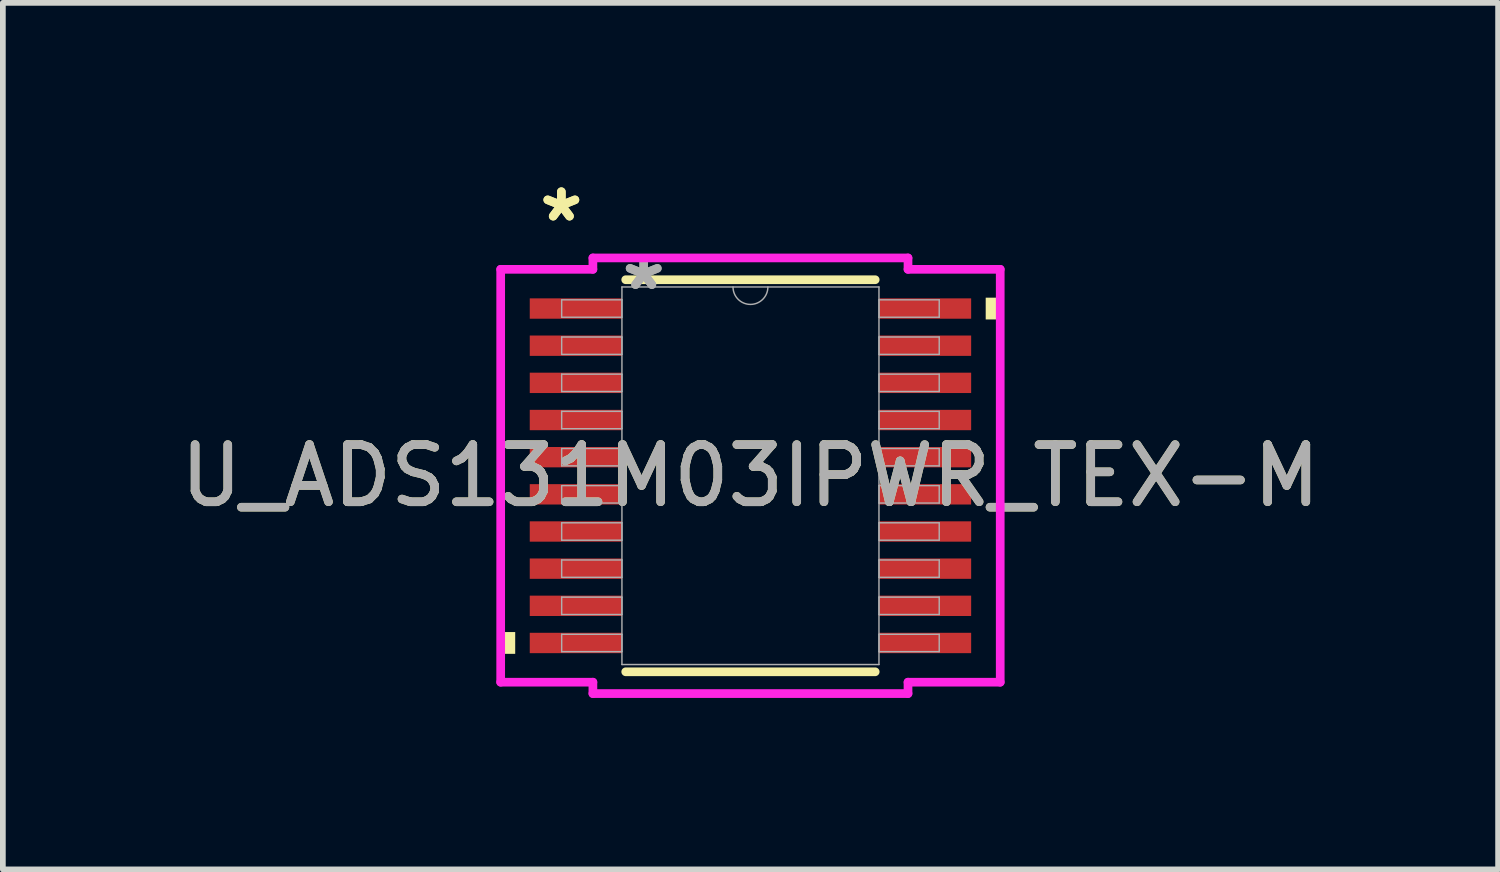
<source format=kicad_pcb>
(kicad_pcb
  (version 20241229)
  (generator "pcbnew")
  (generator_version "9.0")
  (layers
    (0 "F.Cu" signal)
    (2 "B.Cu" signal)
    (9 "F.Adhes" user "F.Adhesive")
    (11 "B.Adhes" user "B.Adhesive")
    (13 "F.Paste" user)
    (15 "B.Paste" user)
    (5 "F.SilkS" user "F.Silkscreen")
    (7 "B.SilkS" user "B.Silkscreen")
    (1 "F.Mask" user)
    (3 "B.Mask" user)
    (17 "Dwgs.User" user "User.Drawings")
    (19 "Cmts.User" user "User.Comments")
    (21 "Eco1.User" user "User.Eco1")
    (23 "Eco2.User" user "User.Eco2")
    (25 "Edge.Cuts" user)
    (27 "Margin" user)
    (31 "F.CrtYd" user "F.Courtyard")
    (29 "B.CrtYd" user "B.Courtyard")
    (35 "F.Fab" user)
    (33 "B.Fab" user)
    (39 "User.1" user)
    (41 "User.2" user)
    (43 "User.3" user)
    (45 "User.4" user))
  (footprint "U_ADS131M03IPWR_TEX-M"
    (layer "F.Cu")
    (at 10.077 5.272)
    (property "Reference" "U_ADS131M03IPWR_TEX-M" (at 0 0 0) (unlocked yes) (layer "F.SilkS") (effects (font (size 1 1) (thickness 0.15))))
    (attr smd)
    (fp_line (start -2.182 3.429) (end 2.182 3.429) (stroke (width 0.152) (type solid)) (layer "F.SilkS"))
    (fp_line (start 2.182 -3.429) (end -2.182 -3.429) (stroke (width 0.152) (type solid)) (layer "F.SilkS"))
    (fp_poly (pts (xy -4.369 2.734) (xy -4.369 3.115) (xy -4.115 3.115) (xy -4.115 2.734)) (stroke (width 0) (type solid)) (fill yes) (layer "F.SilkS"))
    (fp_poly (pts (xy 4.369 -3.115) (xy 4.369 -2.734) (xy 4.115 -2.734) (xy 4.115 -3.115)) (stroke (width 0) (type solid)) (fill yes) (layer "F.SilkS"))
    (fp_line (start -4.369 -3.611) (end -2.756 -3.611) (stroke (width 0.152) (type solid)) (layer "F.CrtYd"))
    (fp_line (start -4.369 3.611) (end -4.369 -3.611) (stroke (width 0.152) (type solid)) (layer "F.CrtYd"))
    (fp_line (start -4.369 3.611) (end -2.756 3.611) (stroke (width 0.152) (type solid)) (layer "F.CrtYd"))
    (fp_line (start -2.756 -3.81) (end 2.756 -3.81) (stroke (width 0.152) (type solid)) (layer "F.CrtYd"))
    (fp_line (start -2.756 -3.611) (end -2.756 -3.81) (stroke (width 0.152) (type solid)) (layer "F.CrtYd"))
    (fp_line (start -2.756 3.81) (end -2.756 3.611) (stroke (width 0.152) (type solid)) (layer "F.CrtYd"))
    (fp_line (start 2.756 -3.81) (end 2.756 -3.611) (stroke (width 0.152) (type solid)) (layer "F.CrtYd"))
    (fp_line (start 2.756 3.611) (end 2.756 3.81) (stroke (width 0.152) (type solid)) (layer "F.CrtYd"))
    (fp_line (start 2.756 3.81) (end -2.756 3.81) (stroke (width 0.152) (type solid)) (layer "F.CrtYd"))
    (fp_line (start 4.369 -3.611) (end 2.756 -3.611) (stroke (width 0.152) (type solid)) (layer "F.CrtYd"))
    (fp_line (start 4.369 -3.611) (end 4.369 3.611) (stroke (width 0.152) (type solid)) (layer "F.CrtYd"))
    (fp_line (start 4.369 3.611) (end 2.756 3.611) (stroke (width 0.152) (type solid)) (layer "F.CrtYd"))
    (fp_line (start -3.302 -3.077) (end -3.302 -2.773) (stroke (width 0.025) (type solid)) (layer "F.Fab"))
    (fp_line (start -3.302 -2.773) (end -2.248 -2.773) (stroke (width 0.025) (type solid)) (layer "F.Fab"))
    (fp_line (start -3.302 -2.427) (end -3.302 -2.123) (stroke (width 0.025) (type solid)) (layer "F.Fab"))
    (fp_line (start -3.302 -2.123) (end -2.248 -2.123) (stroke (width 0.025) (type solid)) (layer "F.Fab"))
    (fp_line (start -3.302 -1.777) (end -3.302 -1.473) (stroke (width 0.025) (type solid)) (layer "F.Fab"))
    (fp_line (start -3.302 -1.473) (end -2.248 -1.473) (stroke (width 0.025) (type solid)) (layer "F.Fab"))
    (fp_line (start -3.302 -1.127) (end -3.302 -0.823) (stroke (width 0.025) (type solid)) (layer "F.Fab"))
    (fp_line (start -3.302 -0.823) (end -2.248 -0.823) (stroke (width 0.025) (type solid)) (layer "F.Fab"))
    (fp_line (start -3.302 -0.477) (end -3.302 -0.173) (stroke (width 0.025) (type solid)) (layer "F.Fab"))
    (fp_line (start -3.302 -0.173) (end -2.248 -0.173) (stroke (width 0.025) (type solid)) (layer "F.Fab"))
    (fp_line (start -3.302 0.173) (end -3.302 0.477) (stroke (width 0.025) (type solid)) (layer "F.Fab"))
    (fp_line (start -3.302 0.477) (end -2.248 0.477) (stroke (width 0.025) (type solid)) (layer "F.Fab"))
    (fp_line (start -3.302 0.823) (end -3.302 1.127) (stroke (width 0.025) (type solid)) (layer "F.Fab"))
    (fp_line (start -3.302 1.127) (end -2.248 1.127) (stroke (width 0.025) (type solid)) (layer "F.Fab"))
    (fp_line (start -3.302 1.473) (end -3.302 1.777) (stroke (width 0.025) (type solid)) (layer "F.Fab"))
    (fp_line (start -3.302 1.777) (end -2.248 1.777) (stroke (width 0.025) (type solid)) (layer "F.Fab"))
    (fp_line (start -3.302 2.123) (end -3.302 2.427) (stroke (width 0.025) (type solid)) (layer "F.Fab"))
    (fp_line (start -3.302 2.427) (end -2.248 2.427) (stroke (width 0.025) (type solid)) (layer "F.Fab"))
    (fp_line (start -3.302 2.773) (end -3.302 3.077) (stroke (width 0.025) (type solid)) (layer "F.Fab"))
    (fp_line (start -3.302 3.077) (end -2.248 3.077) (stroke (width 0.025) (type solid)) (layer "F.Fab"))
    (fp_line (start -2.248 -3.302) (end -2.248 3.302) (stroke (width 0.025) (type solid)) (layer "F.Fab"))
    (fp_line (start -2.248 -3.077) (end -3.302 -3.077) (stroke (width 0.025) (type solid)) (layer "F.Fab"))
    (fp_line (start -2.248 -2.773) (end -2.248 -3.077) (stroke (width 0.025) (type solid)) (layer "F.Fab"))
    (fp_line (start -2.248 -2.427) (end -3.302 -2.427) (stroke (width 0.025) (type solid)) (layer "F.Fab"))
    (fp_line (start -2.248 -2.123) (end -2.248 -2.427) (stroke (width 0.025) (type solid)) (layer "F.Fab"))
    (fp_line (start -2.248 -1.777) (end -3.302 -1.777) (stroke (width 0.025) (type solid)) (layer "F.Fab"))
    (fp_line (start -2.248 -1.473) (end -2.248 -1.777) (stroke (width 0.025) (type solid)) (layer "F.Fab"))
    (fp_line (start -2.248 -1.127) (end -3.302 -1.127) (stroke (width 0.025) (type solid)) (layer "F.Fab"))
    (fp_line (start -2.248 -0.823) (end -2.248 -1.127) (stroke (width 0.025) (type solid)) (layer "F.Fab"))
    (fp_line (start -2.248 -0.477) (end -3.302 -0.477) (stroke (width 0.025) (type solid)) (layer "F.Fab"))
    (fp_line (start -2.248 -0.173) (end -2.248 -0.477) (stroke (width 0.025) (type solid)) (layer "F.Fab"))
    (fp_line (start -2.248 0.173) (end -3.302 0.173) (stroke (width 0.025) (type solid)) (layer "F.Fab"))
    (fp_line (start -2.248 0.477) (end -2.248 0.173) (stroke (width 0.025) (type solid)) (layer "F.Fab"))
    (fp_line (start -2.248 0.823) (end -3.302 0.823) (stroke (width 0.025) (type solid)) (layer "F.Fab"))
    (fp_line (start -2.248 1.127) (end -2.248 0.823) (stroke (width 0.025) (type solid)) (layer "F.Fab"))
    (fp_line (start -2.248 1.473) (end -3.302 1.473) (stroke (width 0.025) (type solid)) (layer "F.Fab"))
    (fp_line (start -2.248 1.777) (end -2.248 1.473) (stroke (width 0.025) (type solid)) (layer "F.Fab"))
    (fp_line (start -2.248 2.123) (end -3.302 2.123) (stroke (width 0.025) (type solid)) (layer "F.Fab"))
    (fp_line (start -2.248 2.427) (end -2.248 2.123) (stroke (width 0.025) (type solid)) (layer "F.Fab"))
    (fp_line (start -2.248 2.773) (end -3.302 2.773) (stroke (width 0.025) (type solid)) (layer "F.Fab"))
    (fp_line (start -2.248 3.077) (end -2.248 2.773) (stroke (width 0.025) (type solid)) (layer "F.Fab"))
    (fp_line (start -2.248 3.302) (end 2.248 3.302) (stroke (width 0.025) (type solid)) (layer "F.Fab"))
    (fp_line (start 2.248 -3.302) (end -2.248 -3.302) (stroke (width 0.025) (type solid)) (layer "F.Fab"))
    (fp_line (start 2.248 -3.077) (end 2.248 -2.773) (stroke (width 0.025) (type solid)) (layer "F.Fab"))
    (fp_line (start 2.248 -2.773) (end 3.302 -2.773) (stroke (width 0.025) (type solid)) (layer "F.Fab"))
    (fp_line (start 2.248 -2.427) (end 2.248 -2.123) (stroke (width 0.025) (type solid)) (layer "F.Fab"))
    (fp_line (start 2.248 -2.123) (end 3.302 -2.123) (stroke (width 0.025) (type solid)) (layer "F.Fab"))
    (fp_line (start 2.248 -1.777) (end 2.248 -1.473) (stroke (width 0.025) (type solid)) (layer "F.Fab"))
    (fp_line (start 2.248 -1.473) (end 3.302 -1.473) (stroke (width 0.025) (type solid)) (layer "F.Fab"))
    (fp_line (start 2.248 -1.127) (end 2.248 -0.823) (stroke (width 0.025) (type solid)) (layer "F.Fab"))
    (fp_line (start 2.248 -0.823) (end 3.302 -0.823) (stroke (width 0.025) (type solid)) (layer "F.Fab"))
    (fp_line (start 2.248 -0.477) (end 2.248 -0.173) (stroke (width 0.025) (type solid)) (layer "F.Fab"))
    (fp_line (start 2.248 -0.173) (end 3.302 -0.173) (stroke (width 0.025) (type solid)) (layer "F.Fab"))
    (fp_line (start 2.248 0.173) (end 2.248 0.477) (stroke (width 0.025) (type solid)) (layer "F.Fab"))
    (fp_line (start 2.248 0.477) (end 3.302 0.477) (stroke (width 0.025) (type solid)) (layer "F.Fab"))
    (fp_line (start 2.248 0.823) (end 2.248 1.127) (stroke (width 0.025) (type solid)) (layer "F.Fab"))
    (fp_line (start 2.248 1.127) (end 3.302 1.127) (stroke (width 0.025) (type solid)) (layer "F.Fab"))
    (fp_line (start 2.248 1.473) (end 2.248 1.777) (stroke (width 0.025) (type solid)) (layer "F.Fab"))
    (fp_line (start 2.248 1.777) (end 3.302 1.777) (stroke (width 0.025) (type solid)) (layer "F.Fab"))
    (fp_line (start 2.248 2.123) (end 2.248 2.427) (stroke (width 0.025) (type solid)) (layer "F.Fab"))
    (fp_line (start 2.248 2.427) (end 3.302 2.427) (stroke (width 0.025) (type solid)) (layer "F.Fab"))
    (fp_line (start 2.248 2.773) (end 2.248 3.077) (stroke (width 0.025) (type solid)) (layer "F.Fab"))
    (fp_line (start 2.248 3.077) (end 3.302 3.077) (stroke (width 0.025) (type solid)) (layer "F.Fab"))
    (fp_line (start 2.248 3.302) (end 2.248 -3.302) (stroke (width 0.025) (type solid)) (layer "F.Fab"))
    (fp_line (start 3.302 -3.077) (end 2.248 -3.077) (stroke (width 0.025) (type solid)) (layer "F.Fab"))
    (fp_line (start 3.302 -2.773) (end 3.302 -3.077) (stroke (width 0.025) (type solid)) (layer "F.Fab"))
    (fp_line (start 3.302 -2.427) (end 2.248 -2.427) (stroke (width 0.025) (type solid)) (layer "F.Fab"))
    (fp_line (start 3.302 -2.123) (end 3.302 -2.427) (stroke (width 0.025) (type solid)) (layer "F.Fab"))
    (fp_line (start 3.302 -1.777) (end 2.248 -1.777) (stroke (width 0.025) (type solid)) (layer "F.Fab"))
    (fp_line (start 3.302 -1.473) (end 3.302 -1.777) (stroke (width 0.025) (type solid)) (layer "F.Fab"))
    (fp_line (start 3.302 -1.127) (end 2.248 -1.127) (stroke (width 0.025) (type solid)) (layer "F.Fab"))
    (fp_line (start 3.302 -0.823) (end 3.302 -1.127) (stroke (width 0.025) (type solid)) (layer "F.Fab"))
    (fp_line (start 3.302 -0.477) (end 2.248 -0.477) (stroke (width 0.025) (type solid)) (layer "F.Fab"))
    (fp_line (start 3.302 -0.173) (end 3.302 -0.477) (stroke (width 0.025) (type solid)) (layer "F.Fab"))
    (fp_line (start 3.302 0.173) (end 2.248 0.173) (stroke (width 0.025) (type solid)) (layer "F.Fab"))
    (fp_line (start 3.302 0.477) (end 3.302 0.173) (stroke (width 0.025) (type solid)) (layer "F.Fab"))
    (fp_line (start 3.302 0.823) (end 2.248 0.823) (stroke (width 0.025) (type solid)) (layer "F.Fab"))
    (fp_line (start 3.302 1.127) (end 3.302 0.823) (stroke (width 0.025) (type solid)) (layer "F.Fab"))
    (fp_line (start 3.302 1.473) (end 2.248 1.473) (stroke (width 0.025) (type solid)) (layer "F.Fab"))
    (fp_line (start 3.302 1.777) (end 3.302 1.473) (stroke (width 0.025) (type solid)) (layer "F.Fab"))
    (fp_line (start 3.302 2.123) (end 2.248 2.123) (stroke (width 0.025) (type solid)) (layer "F.Fab"))
    (fp_line (start 3.302 2.427) (end 3.302 2.123) (stroke (width 0.025) (type solid)) (layer "F.Fab"))
    (fp_line (start 3.302 2.773) (end 2.248 2.773) (stroke (width 0.025) (type solid)) (layer "F.Fab"))
    (fp_line (start 3.302 3.077) (end 3.302 2.773) (stroke (width 0.025) (type solid)) (layer "F.Fab"))
    (fp_arc (start 0.3048 -3.302) (mid 0 -2.9972) (end -0.3048 -3.302) (stroke (width 0.0254) (type solid)) (layer "F.Fab"))
    (fp_text user "*" (at -3.308 -4.424 0) (layer "F.SilkS") (effects (font (size 1 1) (thickness 0.15))))
    (fp_text user "*" (at -3.308 -4.424 0) (unlocked yes) (layer "F.SilkS") (effects (font (size 1 1) (thickness 0.15))))
    (fp_text user "*" (at -1.867 -3.226 0) (unlocked yes) (layer "F.Fab") (effects (font (size 1 1) (thickness 0.15))))
    (fp_text user "${REFERENCE}" (at 0 0 0) (unlocked yes) (layer "F.Fab") (effects (font (size 1 1) (thickness 0.15))))
    (fp_text user "*" (at -1.867 -3.226 0) (layer "F.Fab") (effects (font (size 1 1) (thickness 0.15))))
    (pad "1" smd rect (at -3.054 -2.925) (size 1.613 0.356) (layers "F.Cu" "F.Mask" "F.Paste"))
    (pad "2" smd rect (at -3.054 -2.275) (size 1.613 0.356) (layers "F.Cu" "F.Mask" "F.Paste"))
    (pad "3" smd rect (at -3.054 -1.625) (size 1.613 0.356) (layers "F.Cu" "F.Mask" "F.Paste"))
    (pad "4" smd rect (at -3.054 -0.975) (size 1.613 0.356) (layers "F.Cu" "F.Mask" "F.Paste"))
    (pad "5" smd rect (at -3.054 -0.325) (size 1.613 0.356) (layers "F.Cu" "F.Mask" "F.Paste"))
    (pad "6" smd rect (at -3.054 0.325) (size 1.613 0.356) (layers "F.Cu" "F.Mask" "F.Paste"))
    (pad "7" smd rect (at -3.054 0.975) (size 1.613 0.356) (layers "F.Cu" "F.Mask" "F.Paste"))
    (pad "8" smd rect (at -3.054 1.625) (size 1.613 0.356) (layers "F.Cu" "F.Mask" "F.Paste"))
    (pad "9" smd rect (at -3.054 2.275) (size 1.613 0.356) (layers "F.Cu" "F.Mask" "F.Paste"))
    (pad "10" smd rect (at -3.054 2.925) (size 1.613 0.356) (layers "F.Cu" "F.Mask" "F.Paste"))
    (pad "11" smd rect (at 3.054 2.925) (size 1.613 0.356) (layers "F.Cu" "F.Mask" "F.Paste"))
    (pad "12" smd rect (at 3.054 2.275) (size 1.613 0.356) (layers "F.Cu" "F.Mask" "F.Paste"))
    (pad "13" smd rect (at 3.054 1.625) (size 1.613 0.356) (layers "F.Cu" "F.Mask" "F.Paste"))
    (pad "14" smd rect (at 3.054 0.975) (size 1.613 0.356) (layers "F.Cu" "F.Mask" "F.Paste"))
    (pad "15" smd rect (at 3.054 0.325) (size 1.613 0.356) (layers "F.Cu" "F.Mask" "F.Paste"))
    (pad "16" smd rect (at 3.054 -0.325) (size 1.613 0.356) (layers "F.Cu" "F.Mask" "F.Paste"))
    (pad "17" smd rect (at 3.054 -0.975) (size 1.613 0.356) (layers "F.Cu" "F.Mask" "F.Paste"))
    (pad "18" smd rect (at 3.054 -1.625) (size 1.613 0.356) (layers "F.Cu" "F.Mask" "F.Paste"))
    (pad "19" smd rect (at 3.054 -2.275) (size 1.613 0.356) (layers "F.Cu" "F.Mask" "F.Paste"))
    (pad "20" smd rect (at 3.054 -2.925) (size 1.613 0.356) (layers "F.Cu" "F.Mask" "F.Paste")))
  (gr_rect
    (start -3 -3)
    (end 23.155 12.158)
    (stroke (width 0.1) (type default))
    (fill no)
    (layer "Edge.Cuts")))
</source>
